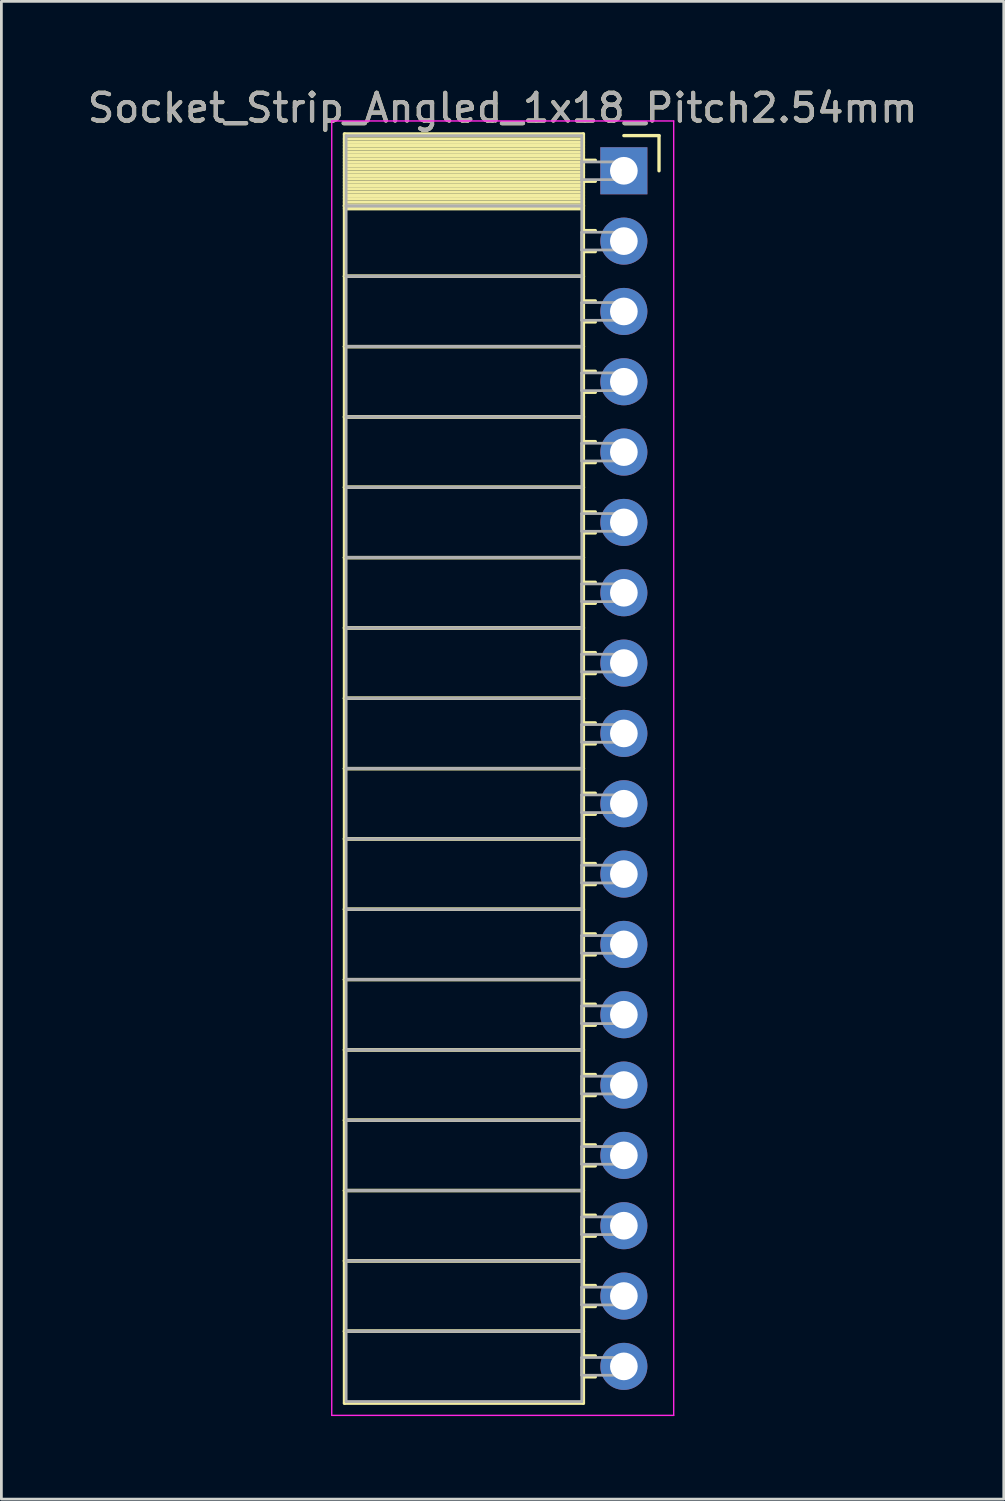
<source format=kicad_pcb>
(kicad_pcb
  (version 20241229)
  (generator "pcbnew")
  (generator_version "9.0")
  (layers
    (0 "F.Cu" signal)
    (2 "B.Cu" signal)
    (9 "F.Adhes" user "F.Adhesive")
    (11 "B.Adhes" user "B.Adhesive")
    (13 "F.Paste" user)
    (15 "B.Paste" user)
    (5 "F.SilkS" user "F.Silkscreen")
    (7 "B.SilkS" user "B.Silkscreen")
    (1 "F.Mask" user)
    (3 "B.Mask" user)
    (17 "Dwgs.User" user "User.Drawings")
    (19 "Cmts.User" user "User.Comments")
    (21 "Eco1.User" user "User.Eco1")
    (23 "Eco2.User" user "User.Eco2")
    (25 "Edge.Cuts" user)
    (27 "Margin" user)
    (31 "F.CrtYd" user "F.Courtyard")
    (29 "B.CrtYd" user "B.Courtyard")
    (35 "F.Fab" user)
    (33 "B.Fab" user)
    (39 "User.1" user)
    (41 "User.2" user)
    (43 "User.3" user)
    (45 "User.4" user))
  (footprint "Socket_Strip_Angled_1x18_Pitch2.54mm"
    (layer "F.Cu")
    (at 19.481 3.118)
    (property "Reference" "Socket_Strip_Angled_1x18_Pitch2.54mm" (at -4.38 -2.27 0) (layer "F.SilkS") (effects (font (size 1 1) (thickness 0.15))))
    (attr through_hole)
    (fp_line (start -10.09 -1.33) (end -1.46 -1.33) (stroke (width 0.12) (type solid)) (layer "F.SilkS"))
    (fp_line (start -10.09 1.27) (end -10.09 -1.33) (stroke (width 0.12) (type solid)) (layer "F.SilkS"))
    (fp_line (start -10.09 1.27) (end -1.46 1.27) (stroke (width 0.12) (type solid)) (layer "F.SilkS"))
    (fp_line (start -10.09 3.81) (end -10.09 1.27) (stroke (width 0.12) (type solid)) (layer "F.SilkS"))
    (fp_line (start -10.09 3.81) (end -1.46 3.81) (stroke (width 0.12) (type solid)) (layer "F.SilkS"))
    (fp_line (start -10.09 6.35) (end -10.09 3.81) (stroke (width 0.12) (type solid)) (layer "F.SilkS"))
    (fp_line (start -10.09 6.35) (end -1.46 6.35) (stroke (width 0.12) (type solid)) (layer "F.SilkS"))
    (fp_line (start -10.09 8.89) (end -10.09 6.35) (stroke (width 0.12) (type solid)) (layer "F.SilkS"))
    (fp_line (start -10.09 8.89) (end -1.46 8.89) (stroke (width 0.12) (type solid)) (layer "F.SilkS"))
    (fp_line (start -10.09 11.43) (end -10.09 8.89) (stroke (width 0.12) (type solid)) (layer "F.SilkS"))
    (fp_line (start -10.09 11.43) (end -1.46 11.43) (stroke (width 0.12) (type solid)) (layer "F.SilkS"))
    (fp_line (start -10.09 13.97) (end -10.09 11.43) (stroke (width 0.12) (type solid)) (layer "F.SilkS"))
    (fp_line (start -10.09 13.97) (end -1.46 13.97) (stroke (width 0.12) (type solid)) (layer "F.SilkS"))
    (fp_line (start -10.09 16.51) (end -10.09 13.97) (stroke (width 0.12) (type solid)) (layer "F.SilkS"))
    (fp_line (start -10.09 16.51) (end -1.46 16.51) (stroke (width 0.12) (type solid)) (layer "F.SilkS"))
    (fp_line (start -10.09 19.05) (end -10.09 16.51) (stroke (width 0.12) (type solid)) (layer "F.SilkS"))
    (fp_line (start -10.09 19.05) (end -1.46 19.05) (stroke (width 0.12) (type solid)) (layer "F.SilkS"))
    (fp_line (start -10.09 21.59) (end -10.09 19.05) (stroke (width 0.12) (type solid)) (layer "F.SilkS"))
    (fp_line (start -10.09 21.59) (end -1.46 21.59) (stroke (width 0.12) (type solid)) (layer "F.SilkS"))
    (fp_line (start -10.09 24.13) (end -10.09 21.59) (stroke (width 0.12) (type solid)) (layer "F.SilkS"))
    (fp_line (start -10.09 24.13) (end -1.46 24.13) (stroke (width 0.12) (type solid)) (layer "F.SilkS"))
    (fp_line (start -10.09 26.67) (end -10.09 24.13) (stroke (width 0.12) (type solid)) (layer "F.SilkS"))
    (fp_line (start -10.09 26.67) (end -1.46 26.67) (stroke (width 0.12) (type solid)) (layer "F.SilkS"))
    (fp_line (start -10.09 29.21) (end -10.09 26.67) (stroke (width 0.12) (type solid)) (layer "F.SilkS"))
    (fp_line (start -10.09 29.21) (end -1.46 29.21) (stroke (width 0.12) (type solid)) (layer "F.SilkS"))
    (fp_line (start -10.09 31.75) (end -10.09 29.21) (stroke (width 0.12) (type solid)) (layer "F.SilkS"))
    (fp_line (start -10.09 31.75) (end -1.46 31.75) (stroke (width 0.12) (type solid)) (layer "F.SilkS"))
    (fp_line (start -10.09 34.29) (end -10.09 31.75) (stroke (width 0.12) (type solid)) (layer "F.SilkS"))
    (fp_line (start -10.09 34.29) (end -1.46 34.29) (stroke (width 0.12) (type solid)) (layer "F.SilkS"))
    (fp_line (start -10.09 36.83) (end -10.09 34.29) (stroke (width 0.12) (type solid)) (layer "F.SilkS"))
    (fp_line (start -10.09 36.83) (end -1.46 36.83) (stroke (width 0.12) (type solid)) (layer "F.SilkS"))
    (fp_line (start -10.09 39.37) (end -10.09 36.83) (stroke (width 0.12) (type solid)) (layer "F.SilkS"))
    (fp_line (start -10.09 39.37) (end -1.46 39.37) (stroke (width 0.12) (type solid)) (layer "F.SilkS"))
    (fp_line (start -10.09 41.91) (end -10.09 39.37) (stroke (width 0.12) (type solid)) (layer "F.SilkS"))
    (fp_line (start -10.09 41.91) (end -1.46 41.91) (stroke (width 0.12) (type solid)) (layer "F.SilkS"))
    (fp_line (start -10.09 44.51) (end -10.09 41.91) (stroke (width 0.12) (type solid)) (layer "F.SilkS"))
    (fp_line (start -1.46 -1.33) (end -1.46 1.27) (stroke (width 0.12) (type solid)) (layer "F.SilkS"))
    (fp_line (start -1.46 -1.15) (end -10.09 -1.15) (stroke (width 0.12) (type solid)) (layer "F.SilkS"))
    (fp_line (start -1.46 -1.03) (end -10.09 -1.03) (stroke (width 0.12) (type solid)) (layer "F.SilkS"))
    (fp_line (start -1.46 -0.91) (end -10.09 -0.91) (stroke (width 0.12) (type solid)) (layer "F.SilkS"))
    (fp_line (start -1.46 -0.79) (end -10.09 -0.79) (stroke (width 0.12) (type solid)) (layer "F.SilkS"))
    (fp_line (start -1.46 -0.67) (end -10.09 -0.67) (stroke (width 0.12) (type solid)) (layer "F.SilkS"))
    (fp_line (start -1.46 -0.55) (end -10.09 -0.55) (stroke (width 0.12) (type solid)) (layer "F.SilkS"))
    (fp_line (start -1.46 -0.43) (end -10.09 -0.43) (stroke (width 0.12) (type solid)) (layer "F.SilkS"))
    (fp_line (start -1.46 -0.31) (end -10.09 -0.31) (stroke (width 0.12) (type solid)) (layer "F.SilkS"))
    (fp_line (start -1.46 -0.19) (end -10.09 -0.19) (stroke (width 0.12) (type solid)) (layer "F.SilkS"))
    (fp_line (start -1.46 -0.07) (end -10.09 -0.07) (stroke (width 0.12) (type solid)) (layer "F.SilkS"))
    (fp_line (start -1.46 0.05) (end -10.09 0.05) (stroke (width 0.12) (type solid)) (layer "F.SilkS"))
    (fp_line (start -1.46 0.17) (end -10.09 0.17) (stroke (width 0.12) (type solid)) (layer "F.SilkS"))
    (fp_line (start -1.46 0.29) (end -10.09 0.29) (stroke (width 0.12) (type solid)) (layer "F.SilkS"))
    (fp_line (start -1.46 0.41) (end -10.09 0.41) (stroke (width 0.12) (type solid)) (layer "F.SilkS"))
    (fp_line (start -1.46 0.53) (end -10.09 0.53) (stroke (width 0.12) (type solid)) (layer "F.SilkS"))
    (fp_line (start -1.46 0.65) (end -10.09 0.65) (stroke (width 0.12) (type solid)) (layer "F.SilkS"))
    (fp_line (start -1.46 0.77) (end -10.09 0.77) (stroke (width 0.12) (type solid)) (layer "F.SilkS"))
    (fp_line (start -1.46 0.89) (end -10.09 0.89) (stroke (width 0.12) (type solid)) (layer "F.SilkS"))
    (fp_line (start -1.46 1.01) (end -10.09 1.01) (stroke (width 0.12) (type solid)) (layer "F.SilkS"))
    (fp_line (start -1.46 1.13) (end -10.09 1.13) (stroke (width 0.12) (type solid)) (layer "F.SilkS"))
    (fp_line (start -1.46 1.25) (end -10.09 1.25) (stroke (width 0.12) (type solid)) (layer "F.SilkS"))
    (fp_line (start -1.46 1.27) (end -10.09 1.27) (stroke (width 0.12) (type solid)) (layer "F.SilkS"))
    (fp_line (start -1.46 1.27) (end -1.46 3.81) (stroke (width 0.12) (type solid)) (layer "F.SilkS"))
    (fp_line (start -1.46 1.37) (end -10.09 1.37) (stroke (width 0.12) (type solid)) (layer "F.SilkS"))
    (fp_line (start -1.46 3.81) (end -10.09 3.81) (stroke (width 0.12) (type solid)) (layer "F.SilkS"))
    (fp_line (start -1.46 3.81) (end -1.46 6.35) (stroke (width 0.12) (type solid)) (layer "F.SilkS"))
    (fp_line (start -1.46 6.35) (end -10.09 6.35) (stroke (width 0.12) (type solid)) (layer "F.SilkS"))
    (fp_line (start -1.46 6.35) (end -1.46 8.89) (stroke (width 0.12) (type solid)) (layer "F.SilkS"))
    (fp_line (start -1.46 8.89) (end -10.09 8.89) (stroke (width 0.12) (type solid)) (layer "F.SilkS"))
    (fp_line (start -1.46 8.89) (end -1.46 11.43) (stroke (width 0.12) (type solid)) (layer "F.SilkS"))
    (fp_line (start -1.46 11.43) (end -10.09 11.43) (stroke (width 0.12) (type solid)) (layer "F.SilkS"))
    (fp_line (start -1.46 11.43) (end -1.46 13.97) (stroke (width 0.12) (type solid)) (layer "F.SilkS"))
    (fp_line (start -1.46 13.97) (end -10.09 13.97) (stroke (width 0.12) (type solid)) (layer "F.SilkS"))
    (fp_line (start -1.46 13.97) (end -1.46 16.51) (stroke (width 0.12) (type solid)) (layer "F.SilkS"))
    (fp_line (start -1.46 16.51) (end -10.09 16.51) (stroke (width 0.12) (type solid)) (layer "F.SilkS"))
    (fp_line (start -1.46 16.51) (end -1.46 19.05) (stroke (width 0.12) (type solid)) (layer "F.SilkS"))
    (fp_line (start -1.46 19.05) (end -10.09 19.05) (stroke (width 0.12) (type solid)) (layer "F.SilkS"))
    (fp_line (start -1.46 19.05) (end -1.46 21.59) (stroke (width 0.12) (type solid)) (layer "F.SilkS"))
    (fp_line (start -1.46 21.59) (end -10.09 21.59) (stroke (width 0.12) (type solid)) (layer "F.SilkS"))
    (fp_line (start -1.46 21.59) (end -1.46 24.13) (stroke (width 0.12) (type solid)) (layer "F.SilkS"))
    (fp_line (start -1.46 24.13) (end -10.09 24.13) (stroke (width 0.12) (type solid)) (layer "F.SilkS"))
    (fp_line (start -1.46 24.13) (end -1.46 26.67) (stroke (width 0.12) (type solid)) (layer "F.SilkS"))
    (fp_line (start -1.46 26.67) (end -10.09 26.67) (stroke (width 0.12) (type solid)) (layer "F.SilkS"))
    (fp_line (start -1.46 26.67) (end -1.46 29.21) (stroke (width 0.12) (type solid)) (layer "F.SilkS"))
    (fp_line (start -1.46 29.21) (end -10.09 29.21) (stroke (width 0.12) (type solid)) (layer "F.SilkS"))
    (fp_line (start -1.46 29.21) (end -1.46 31.75) (stroke (width 0.12) (type solid)) (layer "F.SilkS"))
    (fp_line (start -1.46 31.75) (end -10.09 31.75) (stroke (width 0.12) (type solid)) (layer "F.SilkS"))
    (fp_line (start -1.46 31.75) (end -1.46 34.29) (stroke (width 0.12) (type solid)) (layer "F.SilkS"))
    (fp_line (start -1.46 34.29) (end -10.09 34.29) (stroke (width 0.12) (type solid)) (layer "F.SilkS"))
    (fp_line (start -1.46 34.29) (end -1.46 36.83) (stroke (width 0.12) (type solid)) (layer "F.SilkS"))
    (fp_line (start -1.46 36.83) (end -10.09 36.83) (stroke (width 0.12) (type solid)) (layer "F.SilkS"))
    (fp_line (start -1.46 36.83) (end -1.46 39.37) (stroke (width 0.12) (type solid)) (layer "F.SilkS"))
    (fp_line (start -1.46 39.37) (end -10.09 39.37) (stroke (width 0.12) (type solid)) (layer "F.SilkS"))
    (fp_line (start -1.46 39.37) (end -1.46 41.91) (stroke (width 0.12) (type solid)) (layer "F.SilkS"))
    (fp_line (start -1.46 41.91) (end -10.09 41.91) (stroke (width 0.12) (type solid)) (layer "F.SilkS"))
    (fp_line (start -1.46 41.91) (end -1.46 44.51) (stroke (width 0.12) (type solid)) (layer "F.SilkS"))
    (fp_line (start -1.46 44.51) (end -10.09 44.51) (stroke (width 0.12) (type solid)) (layer "F.SilkS"))
    (fp_line (start -1.03 -0.38) (end -1.46 -0.38) (stroke (width 0.12) (type solid)) (layer "F.SilkS"))
    (fp_line (start -1.03 0.38) (end -1.46 0.38) (stroke (width 0.12) (type solid)) (layer "F.SilkS"))
    (fp_line (start -1.03 2.16) (end -1.46 2.16) (stroke (width 0.12) (type solid)) (layer "F.SilkS"))
    (fp_line (start -1.03 2.92) (end -1.46 2.92) (stroke (width 0.12) (type solid)) (layer "F.SilkS"))
    (fp_line (start -1.03 4.7) (end -1.46 4.7) (stroke (width 0.12) (type solid)) (layer "F.SilkS"))
    (fp_line (start -1.03 5.46) (end -1.46 5.46) (stroke (width 0.12) (type solid)) (layer "F.SilkS"))
    (fp_line (start -1.03 7.24) (end -1.46 7.24) (stroke (width 0.12) (type solid)) (layer "F.SilkS"))
    (fp_line (start -1.03 8) (end -1.46 8) (stroke (width 0.12) (type solid)) (layer "F.SilkS"))
    (fp_line (start -1.03 9.78) (end -1.46 9.78) (stroke (width 0.12) (type solid)) (layer "F.SilkS"))
    (fp_line (start -1.03 10.54) (end -1.46 10.54) (stroke (width 0.12) (type solid)) (layer "F.SilkS"))
    (fp_line (start -1.03 12.32) (end -1.46 12.32) (stroke (width 0.12) (type solid)) (layer "F.SilkS"))
    (fp_line (start -1.03 13.08) (end -1.46 13.08) (stroke (width 0.12) (type solid)) (layer "F.SilkS"))
    (fp_line (start -1.03 14.86) (end -1.46 14.86) (stroke (width 0.12) (type solid)) (layer "F.SilkS"))
    (fp_line (start -1.03 15.62) (end -1.46 15.62) (stroke (width 0.12) (type solid)) (layer "F.SilkS"))
    (fp_line (start -1.03 17.4) (end -1.46 17.4) (stroke (width 0.12) (type solid)) (layer "F.SilkS"))
    (fp_line (start -1.03 18.16) (end -1.46 18.16) (stroke (width 0.12) (type solid)) (layer "F.SilkS"))
    (fp_line (start -1.03 19.94) (end -1.46 19.94) (stroke (width 0.12) (type solid)) (layer "F.SilkS"))
    (fp_line (start -1.03 20.7) (end -1.46 20.7) (stroke (width 0.12) (type solid)) (layer "F.SilkS"))
    (fp_line (start -1.03 22.48) (end -1.46 22.48) (stroke (width 0.12) (type solid)) (layer "F.SilkS"))
    (fp_line (start -1.03 23.24) (end -1.46 23.24) (stroke (width 0.12) (type solid)) (layer "F.SilkS"))
    (fp_line (start -1.03 25.02) (end -1.46 25.02) (stroke (width 0.12) (type solid)) (layer "F.SilkS"))
    (fp_line (start -1.03 25.78) (end -1.46 25.78) (stroke (width 0.12) (type solid)) (layer "F.SilkS"))
    (fp_line (start -1.03 27.56) (end -1.46 27.56) (stroke (width 0.12) (type solid)) (layer "F.SilkS"))
    (fp_line (start -1.03 28.32) (end -1.46 28.32) (stroke (width 0.12) (type solid)) (layer "F.SilkS"))
    (fp_line (start -1.03 30.1) (end -1.46 30.1) (stroke (width 0.12) (type solid)) (layer "F.SilkS"))
    (fp_line (start -1.03 30.86) (end -1.46 30.86) (stroke (width 0.12) (type solid)) (layer "F.SilkS"))
    (fp_line (start -1.03 32.64) (end -1.46 32.64) (stroke (width 0.12) (type solid)) (layer "F.SilkS"))
    (fp_line (start -1.03 33.4) (end -1.46 33.4) (stroke (width 0.12) (type solid)) (layer "F.SilkS"))
    (fp_line (start -1.03 35.18) (end -1.46 35.18) (stroke (width 0.12) (type solid)) (layer "F.SilkS"))
    (fp_line (start -1.03 35.94) (end -1.46 35.94) (stroke (width 0.12) (type solid)) (layer "F.SilkS"))
    (fp_line (start -1.03 37.72) (end -1.46 37.72) (stroke (width 0.12) (type solid)) (layer "F.SilkS"))
    (fp_line (start -1.03 38.48) (end -1.46 38.48) (stroke (width 0.12) (type solid)) (layer "F.SilkS"))
    (fp_line (start -1.03 40.26) (end -1.46 40.26) (stroke (width 0.12) (type solid)) (layer "F.SilkS"))
    (fp_line (start -1.03 41.02) (end -1.46 41.02) (stroke (width 0.12) (type solid)) (layer "F.SilkS"))
    (fp_line (start -1.03 42.8) (end -1.46 42.8) (stroke (width 0.12) (type solid)) (layer "F.SilkS"))
    (fp_line (start -1.03 43.56) (end -1.46 43.56) (stroke (width 0.12) (type solid)) (layer "F.SilkS"))
    (fp_line (start 0 -1.27) (end 1.27 -1.27) (stroke (width 0.12) (type solid)) (layer "F.SilkS"))
    (fp_line (start 1.27 -1.27) (end 1.27 0) (stroke (width 0.12) (type solid)) (layer "F.SilkS"))
    (fp_line (start -10.55 -1.8) (end 1.8 -1.8) (stroke (width 0.05) (type solid)) (layer "F.CrtYd"))
    (fp_line (start -10.55 44.95) (end -10.55 -1.8) (stroke (width 0.05) (type solid)) (layer "F.CrtYd"))
    (fp_line (start 1.8 -1.8) (end 1.8 44.95) (stroke (width 0.05) (type solid)) (layer "F.CrtYd"))
    (fp_line (start 1.8 44.95) (end -10.55 44.95) (stroke (width 0.05) (type solid)) (layer "F.CrtYd"))
    (fp_line (start -10.03 -1.27) (end -1.52 -1.27) (stroke (width 0.1) (type solid)) (layer "F.Fab"))
    (fp_line (start -10.03 1.27) (end -10.03 -1.27) (stroke (width 0.1) (type solid)) (layer "F.Fab"))
    (fp_line (start -10.03 1.27) (end -1.52 1.27) (stroke (width 0.1) (type solid)) (layer "F.Fab"))
    (fp_line (start -10.03 3.81) (end -10.03 1.27) (stroke (width 0.1) (type solid)) (layer "F.Fab"))
    (fp_line (start -10.03 3.81) (end -1.52 3.81) (stroke (width 0.1) (type solid)) (layer "F.Fab"))
    (fp_line (start -10.03 6.35) (end -10.03 3.81) (stroke (width 0.1) (type solid)) (layer "F.Fab"))
    (fp_line (start -10.03 6.35) (end -1.52 6.35) (stroke (width 0.1) (type solid)) (layer "F.Fab"))
    (fp_line (start -10.03 8.89) (end -10.03 6.35) (stroke (width 0.1) (type solid)) (layer "F.Fab"))
    (fp_line (start -10.03 8.89) (end -1.52 8.89) (stroke (width 0.1) (type solid)) (layer "F.Fab"))
    (fp_line (start -10.03 11.43) (end -10.03 8.89) (stroke (width 0.1) (type solid)) (layer "F.Fab"))
    (fp_line (start -10.03 11.43) (end -1.52 11.43) (stroke (width 0.1) (type solid)) (layer "F.Fab"))
    (fp_line (start -10.03 13.97) (end -10.03 11.43) (stroke (width 0.1) (type solid)) (layer "F.Fab"))
    (fp_line (start -10.03 13.97) (end -1.52 13.97) (stroke (width 0.1) (type solid)) (layer "F.Fab"))
    (fp_line (start -10.03 16.51) (end -10.03 13.97) (stroke (width 0.1) (type solid)) (layer "F.Fab"))
    (fp_line (start -10.03 16.51) (end -1.52 16.51) (stroke (width 0.1) (type solid)) (layer "F.Fab"))
    (fp_line (start -10.03 19.05) (end -10.03 16.51) (stroke (width 0.1) (type solid)) (layer "F.Fab"))
    (fp_line (start -10.03 19.05) (end -1.52 19.05) (stroke (width 0.1) (type solid)) (layer "F.Fab"))
    (fp_line (start -10.03 21.59) (end -10.03 19.05) (stroke (width 0.1) (type solid)) (layer "F.Fab"))
    (fp_line (start -10.03 21.59) (end -1.52 21.59) (stroke (width 0.1) (type solid)) (layer "F.Fab"))
    (fp_line (start -10.03 24.13) (end -10.03 21.59) (stroke (width 0.1) (type solid)) (layer "F.Fab"))
    (fp_line (start -10.03 24.13) (end -1.52 24.13) (stroke (width 0.1) (type solid)) (layer "F.Fab"))
    (fp_line (start -10.03 26.67) (end -10.03 24.13) (stroke (width 0.1) (type solid)) (layer "F.Fab"))
    (fp_line (start -10.03 26.67) (end -1.52 26.67) (stroke (width 0.1) (type solid)) (layer "F.Fab"))
    (fp_line (start -10.03 29.21) (end -10.03 26.67) (stroke (width 0.1) (type solid)) (layer "F.Fab"))
    (fp_line (start -10.03 29.21) (end -1.52 29.21) (stroke (width 0.1) (type solid)) (layer "F.Fab"))
    (fp_line (start -10.03 31.75) (end -10.03 29.21) (stroke (width 0.1) (type solid)) (layer "F.Fab"))
    (fp_line (start -10.03 31.75) (end -1.52 31.75) (stroke (width 0.1) (type solid)) (layer "F.Fab"))
    (fp_line (start -10.03 34.29) (end -10.03 31.75) (stroke (width 0.1) (type solid)) (layer "F.Fab"))
    (fp_line (start -10.03 34.29) (end -1.52 34.29) (stroke (width 0.1) (type solid)) (layer "F.Fab"))
    (fp_line (start -10.03 36.83) (end -10.03 34.29) (stroke (width 0.1) (type solid)) (layer "F.Fab"))
    (fp_line (start -10.03 36.83) (end -1.52 36.83) (stroke (width 0.1) (type solid)) (layer "F.Fab"))
    (fp_line (start -10.03 39.37) (end -10.03 36.83) (stroke (width 0.1) (type solid)) (layer "F.Fab"))
    (fp_line (start -10.03 39.37) (end -1.52 39.37) (stroke (width 0.1) (type solid)) (layer "F.Fab"))
    (fp_line (start -10.03 41.91) (end -10.03 39.37) (stroke (width 0.1) (type solid)) (layer "F.Fab"))
    (fp_line (start -10.03 41.91) (end -1.52 41.91) (stroke (width 0.1) (type solid)) (layer "F.Fab"))
    (fp_line (start -10.03 44.45) (end -10.03 41.91) (stroke (width 0.1) (type solid)) (layer "F.Fab"))
    (fp_line (start -1.52 -1.27) (end -1.52 1.27) (stroke (width 0.1) (type solid)) (layer "F.Fab"))
    (fp_line (start -1.52 -0.32) (end 0 -0.32) (stroke (width 0.1) (type solid)) (layer "F.Fab"))
    (fp_line (start -1.52 0.32) (end -1.52 -0.32) (stroke (width 0.1) (type solid)) (layer "F.Fab"))
    (fp_line (start -1.52 1.27) (end -10.03 1.27) (stroke (width 0.1) (type solid)) (layer "F.Fab"))
    (fp_line (start -1.52 1.27) (end -1.52 3.81) (stroke (width 0.1) (type solid)) (layer "F.Fab"))
    (fp_line (start -1.52 2.22) (end 0 2.22) (stroke (width 0.1) (type solid)) (layer "F.Fab"))
    (fp_line (start -1.52 2.86) (end -1.52 2.22) (stroke (width 0.1) (type solid)) (layer "F.Fab"))
    (fp_line (start -1.52 3.81) (end -10.03 3.81) (stroke (width 0.1) (type solid)) (layer "F.Fab"))
    (fp_line (start -1.52 3.81) (end -1.52 6.35) (stroke (width 0.1) (type solid)) (layer "F.Fab"))
    (fp_line (start -1.52 4.76) (end 0 4.76) (stroke (width 0.1) (type solid)) (layer "F.Fab"))
    (fp_line (start -1.52 5.4) (end -1.52 4.76) (stroke (width 0.1) (type solid)) (layer "F.Fab"))
    (fp_line (start -1.52 6.35) (end -10.03 6.35) (stroke (width 0.1) (type solid)) (layer "F.Fab"))
    (fp_line (start -1.52 6.35) (end -1.52 8.89) (stroke (width 0.1) (type solid)) (layer "F.Fab"))
    (fp_line (start -1.52 7.3) (end 0 7.3) (stroke (width 0.1) (type solid)) (layer "F.Fab"))
    (fp_line (start -1.52 7.94) (end -1.52 7.3) (stroke (width 0.1) (type solid)) (layer "F.Fab"))
    (fp_line (start -1.52 8.89) (end -10.03 8.89) (stroke (width 0.1) (type solid)) (layer "F.Fab"))
    (fp_line (start -1.52 8.89) (end -1.52 11.43) (stroke (width 0.1) (type solid)) (layer "F.Fab"))
    (fp_line (start -1.52 9.84) (end 0 9.84) (stroke (width 0.1) (type solid)) (layer "F.Fab"))
    (fp_line (start -1.52 10.48) (end -1.52 9.84) (stroke (width 0.1) (type solid)) (layer "F.Fab"))
    (fp_line (start -1.52 11.43) (end -10.03 11.43) (stroke (width 0.1) (type solid)) (layer "F.Fab"))
    (fp_line (start -1.52 11.43) (end -1.52 13.97) (stroke (width 0.1) (type solid)) (layer "F.Fab"))
    (fp_line (start -1.52 12.38) (end 0 12.38) (stroke (width 0.1) (type solid)) (layer "F.Fab"))
    (fp_line (start -1.52 13.02) (end -1.52 12.38) (stroke (width 0.1) (type solid)) (layer "F.Fab"))
    (fp_line (start -1.52 13.97) (end -10.03 13.97) (stroke (width 0.1) (type solid)) (layer "F.Fab"))
    (fp_line (start -1.52 13.97) (end -1.52 16.51) (stroke (width 0.1) (type solid)) (layer "F.Fab"))
    (fp_line (start -1.52 14.92) (end 0 14.92) (stroke (width 0.1) (type solid)) (layer "F.Fab"))
    (fp_line (start -1.52 15.56) (end -1.52 14.92) (stroke (width 0.1) (type solid)) (layer "F.Fab"))
    (fp_line (start -1.52 16.51) (end -10.03 16.51) (stroke (width 0.1) (type solid)) (layer "F.Fab"))
    (fp_line (start -1.52 16.51) (end -1.52 19.05) (stroke (width 0.1) (type solid)) (layer "F.Fab"))
    (fp_line (start -1.52 17.46) (end 0 17.46) (stroke (width 0.1) (type solid)) (layer "F.Fab"))
    (fp_line (start -1.52 18.1) (end -1.52 17.46) (stroke (width 0.1) (type solid)) (layer "F.Fab"))
    (fp_line (start -1.52 19.05) (end -10.03 19.05) (stroke (width 0.1) (type solid)) (layer "F.Fab"))
    (fp_line (start -1.52 19.05) (end -1.52 21.59) (stroke (width 0.1) (type solid)) (layer "F.Fab"))
    (fp_line (start -1.52 20) (end 0 20) (stroke (width 0.1) (type solid)) (layer "F.Fab"))
    (fp_line (start -1.52 20.64) (end -1.52 20) (stroke (width 0.1) (type solid)) (layer "F.Fab"))
    (fp_line (start -1.52 21.59) (end -10.03 21.59) (stroke (width 0.1) (type solid)) (layer "F.Fab"))
    (fp_line (start -1.52 21.59) (end -1.52 24.13) (stroke (width 0.1) (type solid)) (layer "F.Fab"))
    (fp_line (start -1.52 22.54) (end 0 22.54) (stroke (width 0.1) (type solid)) (layer "F.Fab"))
    (fp_line (start -1.52 23.18) (end -1.52 22.54) (stroke (width 0.1) (type solid)) (layer "F.Fab"))
    (fp_line (start -1.52 24.13) (end -10.03 24.13) (stroke (width 0.1) (type solid)) (layer "F.Fab"))
    (fp_line (start -1.52 24.13) (end -1.52 26.67) (stroke (width 0.1) (type solid)) (layer "F.Fab"))
    (fp_line (start -1.52 25.08) (end 0 25.08) (stroke (width 0.1) (type solid)) (layer "F.Fab"))
    (fp_line (start -1.52 25.72) (end -1.52 25.08) (stroke (width 0.1) (type solid)) (layer "F.Fab"))
    (fp_line (start -1.52 26.67) (end -10.03 26.67) (stroke (width 0.1) (type solid)) (layer "F.Fab"))
    (fp_line (start -1.52 26.67) (end -1.52 29.21) (stroke (width 0.1) (type solid)) (layer "F.Fab"))
    (fp_line (start -1.52 27.62) (end 0 27.62) (stroke (width 0.1) (type solid)) (layer "F.Fab"))
    (fp_line (start -1.52 28.26) (end -1.52 27.62) (stroke (width 0.1) (type solid)) (layer "F.Fab"))
    (fp_line (start -1.52 29.21) (end -10.03 29.21) (stroke (width 0.1) (type solid)) (layer "F.Fab"))
    (fp_line (start -1.52 29.21) (end -1.52 31.75) (stroke (width 0.1) (type solid)) (layer "F.Fab"))
    (fp_line (start -1.52 30.16) (end 0 30.16) (stroke (width 0.1) (type solid)) (layer "F.Fab"))
    (fp_line (start -1.52 30.8) (end -1.52 30.16) (stroke (width 0.1) (type solid)) (layer "F.Fab"))
    (fp_line (start -1.52 31.75) (end -10.03 31.75) (stroke (width 0.1) (type solid)) (layer "F.Fab"))
    (fp_line (start -1.52 31.75) (end -1.52 34.29) (stroke (width 0.1) (type solid)) (layer "F.Fab"))
    (fp_line (start -1.52 32.7) (end 0 32.7) (stroke (width 0.1) (type solid)) (layer "F.Fab"))
    (fp_line (start -1.52 33.34) (end -1.52 32.7) (stroke (width 0.1) (type solid)) (layer "F.Fab"))
    (fp_line (start -1.52 34.29) (end -10.03 34.29) (stroke (width 0.1) (type solid)) (layer "F.Fab"))
    (fp_line (start -1.52 34.29) (end -1.52 36.83) (stroke (width 0.1) (type solid)) (layer "F.Fab"))
    (fp_line (start -1.52 35.24) (end 0 35.24) (stroke (width 0.1) (type solid)) (layer "F.Fab"))
    (fp_line (start -1.52 35.88) (end -1.52 35.24) (stroke (width 0.1) (type solid)) (layer "F.Fab"))
    (fp_line (start -1.52 36.83) (end -10.03 36.83) (stroke (width 0.1) (type solid)) (layer "F.Fab"))
    (fp_line (start -1.52 36.83) (end -1.52 39.37) (stroke (width 0.1) (type solid)) (layer "F.Fab"))
    (fp_line (start -1.52 37.78) (end 0 37.78) (stroke (width 0.1) (type solid)) (layer "F.Fab"))
    (fp_line (start -1.52 38.42) (end -1.52 37.78) (stroke (width 0.1) (type solid)) (layer "F.Fab"))
    (fp_line (start -1.52 39.37) (end -10.03 39.37) (stroke (width 0.1) (type solid)) (layer "F.Fab"))
    (fp_line (start -1.52 39.37) (end -1.52 41.91) (stroke (width 0.1) (type solid)) (layer "F.Fab"))
    (fp_line (start -1.52 40.32) (end 0 40.32) (stroke (width 0.1) (type solid)) (layer "F.Fab"))
    (fp_line (start -1.52 40.96) (end -1.52 40.32) (stroke (width 0.1) (type solid)) (layer "F.Fab"))
    (fp_line (start -1.52 41.91) (end -10.03 41.91) (stroke (width 0.1) (type solid)) (layer "F.Fab"))
    (fp_line (start -1.52 41.91) (end -1.52 44.45) (stroke (width 0.1) (type solid)) (layer "F.Fab"))
    (fp_line (start -1.52 42.86) (end 0 42.86) (stroke (width 0.1) (type solid)) (layer "F.Fab"))
    (fp_line (start -1.52 43.5) (end -1.52 42.86) (stroke (width 0.1) (type solid)) (layer "F.Fab"))
    (fp_line (start -1.52 44.45) (end -10.03 44.45) (stroke (width 0.1) (type solid)) (layer "F.Fab"))
    (fp_line (start 0 -0.32) (end 0 0.32) (stroke (width 0.1) (type solid)) (layer "F.Fab"))
    (fp_line (start 0 0.32) (end -1.52 0.32) (stroke (width 0.1) (type solid)) (layer "F.Fab"))
    (fp_line (start 0 2.22) (end 0 2.86) (stroke (width 0.1) (type solid)) (layer "F.Fab"))
    (fp_line (start 0 2.86) (end -1.52 2.86) (stroke (width 0.1) (type solid)) (layer "F.Fab"))
    (fp_line (start 0 4.76) (end 0 5.4) (stroke (width 0.1) (type solid)) (layer "F.Fab"))
    (fp_line (start 0 5.4) (end -1.52 5.4) (stroke (width 0.1) (type solid)) (layer "F.Fab"))
    (fp_line (start 0 7.3) (end 0 7.94) (stroke (width 0.1) (type solid)) (layer "F.Fab"))
    (fp_line (start 0 7.94) (end -1.52 7.94) (stroke (width 0.1) (type solid)) (layer "F.Fab"))
    (fp_line (start 0 9.84) (end 0 10.48) (stroke (width 0.1) (type solid)) (layer "F.Fab"))
    (fp_line (start 0 10.48) (end -1.52 10.48) (stroke (width 0.1) (type solid)) (layer "F.Fab"))
    (fp_line (start 0 12.38) (end 0 13.02) (stroke (width 0.1) (type solid)) (layer "F.Fab"))
    (fp_line (start 0 13.02) (end -1.52 13.02) (stroke (width 0.1) (type solid)) (layer "F.Fab"))
    (fp_line (start 0 14.92) (end 0 15.56) (stroke (width 0.1) (type solid)) (layer "F.Fab"))
    (fp_line (start 0 15.56) (end -1.52 15.56) (stroke (width 0.1) (type solid)) (layer "F.Fab"))
    (fp_line (start 0 17.46) (end 0 18.1) (stroke (width 0.1) (type solid)) (layer "F.Fab"))
    (fp_line (start 0 18.1) (end -1.52 18.1) (stroke (width 0.1) (type solid)) (layer "F.Fab"))
    (fp_line (start 0 20) (end 0 20.64) (stroke (width 0.1) (type solid)) (layer "F.Fab"))
    (fp_line (start 0 20.64) (end -1.52 20.64) (stroke (width 0.1) (type solid)) (layer "F.Fab"))
    (fp_line (start 0 22.54) (end 0 23.18) (stroke (width 0.1) (type solid)) (layer "F.Fab"))
    (fp_line (start 0 23.18) (end -1.52 23.18) (stroke (width 0.1) (type solid)) (layer "F.Fab"))
    (fp_line (start 0 25.08) (end 0 25.72) (stroke (width 0.1) (type solid)) (layer "F.Fab"))
    (fp_line (start 0 25.72) (end -1.52 25.72) (stroke (width 0.1) (type solid)) (layer "F.Fab"))
    (fp_line (start 0 27.62) (end 0 28.26) (stroke (width 0.1) (type solid)) (layer "F.Fab"))
    (fp_line (start 0 28.26) (end -1.52 28.26) (stroke (width 0.1) (type solid)) (layer "F.Fab"))
    (fp_line (start 0 30.16) (end 0 30.8) (stroke (width 0.1) (type solid)) (layer "F.Fab"))
    (fp_line (start 0 30.8) (end -1.52 30.8) (stroke (width 0.1) (type solid)) (layer "F.Fab"))
    (fp_line (start 0 32.7) (end 0 33.34) (stroke (width 0.1) (type solid)) (layer "F.Fab"))
    (fp_line (start 0 33.34) (end -1.52 33.34) (stroke (width 0.1) (type solid)) (layer "F.Fab"))
    (fp_line (start 0 35.24) (end 0 35.88) (stroke (width 0.1) (type solid)) (layer "F.Fab"))
    (fp_line (start 0 35.88) (end -1.52 35.88) (stroke (width 0.1) (type solid)) (layer "F.Fab"))
    (fp_line (start 0 37.78) (end 0 38.42) (stroke (width 0.1) (type solid)) (layer "F.Fab"))
    (fp_line (start 0 38.42) (end -1.52 38.42) (stroke (width 0.1) (type solid)) (layer "F.Fab"))
    (fp_line (start 0 40.32) (end 0 40.96) (stroke (width 0.1) (type solid)) (layer "F.Fab"))
    (fp_line (start 0 40.96) (end -1.52 40.96) (stroke (width 0.1) (type solid)) (layer "F.Fab"))
    (fp_line (start 0 42.86) (end 0 43.5) (stroke (width 0.1) (type solid)) (layer "F.Fab"))
    (fp_line (start 0 43.5) (end -1.52 43.5) (stroke (width 0.1) (type solid)) (layer "F.Fab"))
    (fp_text user "${REFERENCE}" (at -4.38 -2.27 0) (layer "F.Fab") (effects (font (size 1 1) (thickness 0.15))))
    (pad "1" thru_hole rect (at 0 0) (size 1.7 1.7) (drill 1) (layers "*.Cu" "*.Mask"))
    (pad "2" thru_hole oval (at 0 2.54) (size 1.7 1.7) (drill 1) (layers "*.Cu" "*.Mask"))
    (pad "3" thru_hole oval (at 0 5.08) (size 1.7 1.7) (drill 1) (layers "*.Cu" "*.Mask"))
    (pad "4" thru_hole oval (at 0 7.62) (size 1.7 1.7) (drill 1) (layers "*.Cu" "*.Mask"))
    (pad "5" thru_hole oval (at 0 10.16) (size 1.7 1.7) (drill 1) (layers "*.Cu" "*.Mask"))
    (pad "6" thru_hole oval (at 0 12.7) (size 1.7 1.7) (drill 1) (layers "*.Cu" "*.Mask"))
    (pad "7" thru_hole oval (at 0 15.24) (size 1.7 1.7) (drill 1) (layers "*.Cu" "*.Mask"))
    (pad "8" thru_hole oval (at 0 17.78) (size 1.7 1.7) (drill 1) (layers "*.Cu" "*.Mask"))
    (pad "9" thru_hole oval (at 0 20.32) (size 1.7 1.7) (drill 1) (layers "*.Cu" "*.Mask"))
    (pad "10" thru_hole oval (at 0 22.86) (size 1.7 1.7) (drill 1) (layers "*.Cu" "*.Mask"))
    (pad "11" thru_hole oval (at 0 25.4) (size 1.7 1.7) (drill 1) (layers "*.Cu" "*.Mask"))
    (pad "12" thru_hole oval (at 0 27.94) (size 1.7 1.7) (drill 1) (layers "*.Cu" "*.Mask"))
    (pad "13" thru_hole oval (at 0 30.48) (size 1.7 1.7) (drill 1) (layers "*.Cu" "*.Mask"))
    (pad "14" thru_hole oval (at 0 33.02) (size 1.7 1.7) (drill 1) (layers "*.Cu" "*.Mask"))
    (pad "15" thru_hole oval (at 0 35.56) (size 1.7 1.7) (drill 1) (layers "*.Cu" "*.Mask"))
    (pad "16" thru_hole oval (at 0 38.1) (size 1.7 1.7) (drill 1) (layers "*.Cu" "*.Mask"))
    (pad "17" thru_hole oval (at 0 40.64) (size 1.7 1.7) (drill 1) (layers "*.Cu" "*.Mask"))
    (pad "18" thru_hole oval (at 0 43.18) (size 1.7 1.7) (drill 1) (layers "*.Cu" "*.Mask")))
  (gr_rect
    (start -3 -3)
    (end 33.202 51.093)
    (stroke (width 0.1) (type default))
    (fill no)
    (layer "Edge.Cuts")))
</source>
